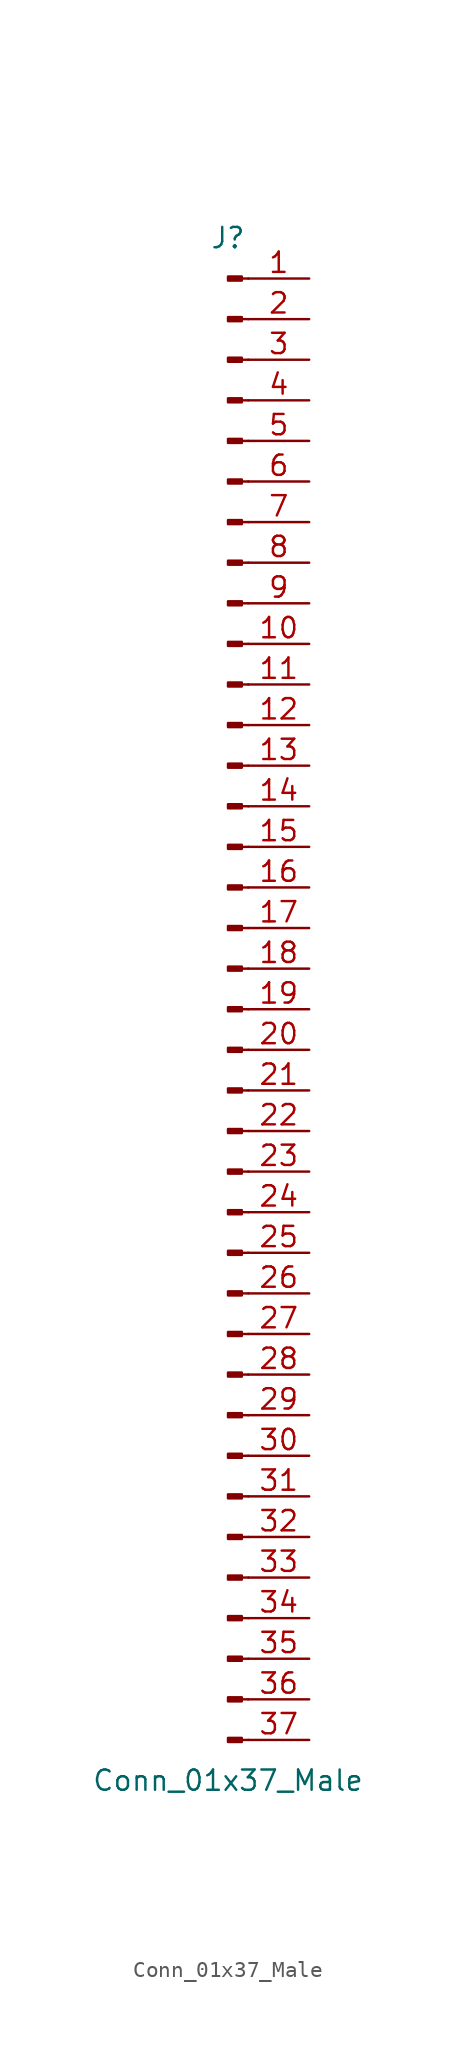
<source format=kicad_sym>
(kicad_symbol_lib
  (version 20220914)
  (generator kicad_symbol_editor)
  (symbol "Conn_01x37_Male"
    (pin_names
      (offset 1.016) hide)
    (property "Reference" "J"
      (at 0 48.26 0)
      (effects (font (size 1.27 1.27))))
    (property "Value" "Conn_01x37_Male"
      (at 0 -48.26 0)
      (effects (font (size 1.27 1.27))))
    (symbol "Conn_01x37_Male_1_1"
      (polyline (pts (xy 1.27 -45.72) (xy 0.864 -45.72)) (stroke (width 0.152) (type default)) (fill (type none)))
      (polyline (pts (xy 1.27 -43.18) (xy 0.864 -43.18)) (stroke (width 0.152) (type default)) (fill (type none)))
      (polyline (pts (xy 1.27 -40.64) (xy 0.864 -40.64)) (stroke (width 0.152) (type default)) (fill (type none)))
      (polyline (pts (xy 1.27 -38.1) (xy 0.864 -38.1)) (stroke (width 0.152) (type default)) (fill (type none)))
      (polyline (pts (xy 1.27 -35.56) (xy 0.864 -35.56)) (stroke (width 0.152) (type default)) (fill (type none)))
      (polyline (pts (xy 1.27 -33.02) (xy 0.864 -33.02)) (stroke (width 0.152) (type default)) (fill (type none)))
      (polyline (pts (xy 1.27 -30.48) (xy 0.864 -30.48)) (stroke (width 0.152) (type default)) (fill (type none)))
      (polyline (pts (xy 1.27 -27.94) (xy 0.864 -27.94)) (stroke (width 0.152) (type default)) (fill (type none)))
      (polyline (pts (xy 1.27 -25.4) (xy 0.864 -25.4)) (stroke (width 0.152) (type default)) (fill (type none)))
      (polyline (pts (xy 1.27 -22.86) (xy 0.864 -22.86)) (stroke (width 0.152) (type default)) (fill (type none)))
      (polyline (pts (xy 1.27 -20.32) (xy 0.864 -20.32)) (stroke (width 0.152) (type default)) (fill (type none)))
      (polyline (pts (xy 1.27 -17.78) (xy 0.864 -17.78)) (stroke (width 0.152) (type default)) (fill (type none)))
      (polyline (pts (xy 1.27 -15.24) (xy 0.864 -15.24)) (stroke (width 0.152) (type default)) (fill (type none)))
      (polyline (pts (xy 1.27 -12.7) (xy 0.864 -12.7)) (stroke (width 0.152) (type default)) (fill (type none)))
      (polyline (pts (xy 1.27 -10.16) (xy 0.864 -10.16)) (stroke (width 0.152) (type default)) (fill (type none)))
      (polyline (pts (xy 1.27 -7.62) (xy 0.864 -7.62)) (stroke (width 0.152) (type default)) (fill (type none)))
      (polyline (pts (xy 1.27 -5.08) (xy 0.864 -5.08)) (stroke (width 0.152) (type default)) (fill (type none)))
      (polyline (pts (xy 1.27 -2.54) (xy 0.864 -2.54)) (stroke (width 0.152) (type default)) (fill (type none)))
      (polyline (pts (xy 1.27 0) (xy 0.864 0)) (stroke (width 0.152) (type default)) (fill (type none)))
      (polyline (pts (xy 1.27 2.54) (xy 0.864 2.54)) (stroke (width 0.152) (type default)) (fill (type none)))
      (polyline (pts (xy 1.27 5.08) (xy 0.864 5.08)) (stroke (width 0.152) (type default)) (fill (type none)))
      (polyline (pts (xy 1.27 7.62) (xy 0.864 7.62)) (stroke (width 0.152) (type default)) (fill (type none)))
      (polyline (pts (xy 1.27 10.16) (xy 0.864 10.16)) (stroke (width 0.152) (type default)) (fill (type none)))
      (polyline (pts (xy 1.27 12.7) (xy 0.864 12.7)) (stroke (width 0.152) (type default)) (fill (type none)))
      (polyline (pts (xy 1.27 15.24) (xy 0.864 15.24)) (stroke (width 0.152) (type default)) (fill (type none)))
      (polyline (pts (xy 1.27 17.78) (xy 0.864 17.78)) (stroke (width 0.152) (type default)) (fill (type none)))
      (polyline (pts (xy 1.27 20.32) (xy 0.864 20.32)) (stroke (width 0.152) (type default)) (fill (type none)))
      (polyline (pts (xy 1.27 22.86) (xy 0.864 22.86)) (stroke (width 0.152) (type default)) (fill (type none)))
      (polyline (pts (xy 1.27 25.4) (xy 0.864 25.4)) (stroke (width 0.152) (type default)) (fill (type none)))
      (polyline (pts (xy 1.27 27.94) (xy 0.864 27.94)) (stroke (width 0.152) (type default)) (fill (type none)))
      (polyline (pts (xy 1.27 30.48) (xy 0.864 30.48)) (stroke (width 0.152) (type default)) (fill (type none)))
      (polyline (pts (xy 1.27 33.02) (xy 0.864 33.02)) (stroke (width 0.152) (type default)) (fill (type none)))
      (polyline (pts (xy 1.27 35.56) (xy 0.864 35.56)) (stroke (width 0.152) (type default)) (fill (type none)))
      (polyline (pts (xy 1.27 38.1) (xy 0.864 38.1)) (stroke (width 0.152) (type default)) (fill (type none)))
      (polyline (pts (xy 1.27 40.64) (xy 0.864 40.64)) (stroke (width 0.152) (type default)) (fill (type none)))
      (polyline (pts (xy 1.27 43.18) (xy 0.864 43.18)) (stroke (width 0.152) (type default)) (fill (type none)))
      (polyline (pts (xy 1.27 45.72) (xy 0.864 45.72)) (stroke (width 0.152) (type default)) (fill (type none)))
      (rectangle (start 0.864 -45.593) (end 0 -45.847) (stroke (width 0.152) (type default)) (fill (type outline)))
      (rectangle (start 0.864 -43.053) (end 0 -43.307) (stroke (width 0.152) (type default)) (fill (type outline)))
      (rectangle (start 0.864 -40.513) (end 0 -40.767) (stroke (width 0.152) (type default)) (fill (type outline)))
      (rectangle (start 0.864 -37.973) (end 0 -38.227) (stroke (width 0.152) (type default)) (fill (type outline)))
      (rectangle (start 0.864 -35.433) (end 0 -35.687) (stroke (width 0.152) (type default)) (fill (type outline)))
      (rectangle (start 0.864 -32.893) (end 0 -33.147) (stroke (width 0.152) (type default)) (fill (type outline)))
      (rectangle (start 0.864 -30.353) (end 0 -30.607) (stroke (width 0.152) (type default)) (fill (type outline)))
      (rectangle (start 0.864 -27.813) (end 0 -28.067) (stroke (width 0.152) (type default)) (fill (type outline)))
      (rectangle (start 0.864 -25.273) (end 0 -25.527) (stroke (width 0.152) (type default)) (fill (type outline)))
      (rectangle (start 0.864 -22.733) (end 0 -22.987) (stroke (width 0.152) (type default)) (fill (type outline)))
      (rectangle (start 0.864 -20.193) (end 0 -20.447) (stroke (width 0.152) (type default)) (fill (type outline)))
      (rectangle (start 0.864 -17.653) (end 0 -17.907) (stroke (width 0.152) (type default)) (fill (type outline)))
      (rectangle (start 0.864 -15.113) (end 0 -15.367) (stroke (width 0.152) (type default)) (fill (type outline)))
      (rectangle (start 0.864 -12.573) (end 0 -12.827) (stroke (width 0.152) (type default)) (fill (type outline)))
      (rectangle (start 0.864 -10.033) (end 0 -10.287) (stroke (width 0.152) (type default)) (fill (type outline)))
      (rectangle (start 0.864 -7.493) (end 0 -7.747) (stroke (width 0.152) (type default)) (fill (type outline)))
      (rectangle (start 0.864 -4.953) (end 0 -5.207) (stroke (width 0.152) (type default)) (fill (type outline)))
      (rectangle (start 0.864 -2.413) (end 0 -2.667) (stroke (width 0.152) (type default)) (fill (type outline)))
      (rectangle (start 0.864 0.127) (end 0 -0.127) (stroke (width 0.152) (type default)) (fill (type outline)))
      (rectangle (start 0.864 2.667) (end 0 2.413) (stroke (width 0.152) (type default)) (fill (type outline)))
      (rectangle (start 0.864 5.207) (end 0 4.953) (stroke (width 0.152) (type default)) (fill (type outline)))
      (rectangle (start 0.864 7.747) (end 0 7.493) (stroke (width 0.152) (type default)) (fill (type outline)))
      (rectangle (start 0.864 10.287) (end 0 10.033) (stroke (width 0.152) (type default)) (fill (type outline)))
      (rectangle (start 0.864 12.827) (end 0 12.573) (stroke (width 0.152) (type default)) (fill (type outline)))
      (rectangle (start 0.864 15.367) (end 0 15.113) (stroke (width 0.152) (type default)) (fill (type outline)))
      (rectangle (start 0.864 17.907) (end 0 17.653) (stroke (width 0.152) (type default)) (fill (type outline)))
      (rectangle (start 0.864 20.447) (end 0 20.193) (stroke (width 0.152) (type default)) (fill (type outline)))
      (rectangle (start 0.864 22.987) (end 0 22.733) (stroke (width 0.152) (type default)) (fill (type outline)))
      (rectangle (start 0.864 25.527) (end 0 25.273) (stroke (width 0.152) (type default)) (fill (type outline)))
      (rectangle (start 0.864 28.067) (end 0 27.813) (stroke (width 0.152) (type default)) (fill (type outline)))
      (rectangle (start 0.864 30.607) (end 0 30.353) (stroke (width 0.152) (type default)) (fill (type outline)))
      (rectangle (start 0.864 33.147) (end 0 32.893) (stroke (width 0.152) (type default)) (fill (type outline)))
      (rectangle (start 0.864 35.687) (end 0 35.433) (stroke (width 0.152) (type default)) (fill (type outline)))
      (rectangle (start 0.864 38.227) (end 0 37.973) (stroke (width 0.152) (type default)) (fill (type outline)))
      (rectangle (start 0.864 40.767) (end 0 40.513) (stroke (width 0.152) (type default)) (fill (type outline)))
      (rectangle (start 0.864 43.307) (end 0 43.053) (stroke (width 0.152) (type default)) (fill (type outline)))
      (rectangle (start 0.864 45.847) (end 0 45.593) (stroke (width 0.152) (type default)) (fill (type outline)))
      (pin passive line (at 5.08 45.72 180) (length 3.81) (name "Pin_1" (effects (font (size 1.27 1.27)))) (number "1" (effects (font (size 1.27 1.27)))))
      (pin passive line (at 5.08 22.86 180) (length 3.81) (name "Pin_10" (effects (font (size 1.27 1.27)))) (number "10" (effects (font (size 1.27 1.27)))))
      (pin passive line (at 5.08 20.32 180) (length 3.81) (name "Pin_11" (effects (font (size 1.27 1.27)))) (number "11" (effects (font (size 1.27 1.27)))))
      (pin passive line (at 5.08 17.78 180) (length 3.81) (name "Pin_12" (effects (font (size 1.27 1.27)))) (number "12" (effects (font (size 1.27 1.27)))))
      (pin passive line (at 5.08 15.24 180) (length 3.81) (name "Pin_13" (effects (font (size 1.27 1.27)))) (number "13" (effects (font (size 1.27 1.27)))))
      (pin passive line (at 5.08 12.7 180) (length 3.81) (name "Pin_14" (effects (font (size 1.27 1.27)))) (number "14" (effects (font (size 1.27 1.27)))))
      (pin passive line (at 5.08 10.16 180) (length 3.81) (name "Pin_15" (effects (font (size 1.27 1.27)))) (number "15" (effects (font (size 1.27 1.27)))))
      (pin passive line (at 5.08 7.62 180) (length 3.81) (name "Pin_16" (effects (font (size 1.27 1.27)))) (number "16" (effects (font (size 1.27 1.27)))))
      (pin passive line (at 5.08 5.08 180) (length 3.81) (name "Pin_17" (effects (font (size 1.27 1.27)))) (number "17" (effects (font (size 1.27 1.27)))))
      (pin passive line (at 5.08 2.54 180) (length 3.81) (name "Pin_18" (effects (font (size 1.27 1.27)))) (number "18" (effects (font (size 1.27 1.27)))))
      (pin passive line (at 5.08 0 180) (length 3.81) (name "Pin_19" (effects (font (size 1.27 1.27)))) (number "19" (effects (font (size 1.27 1.27)))))
      (pin passive line (at 5.08 43.18 180) (length 3.81) (name "Pin_2" (effects (font (size 1.27 1.27)))) (number "2" (effects (font (size 1.27 1.27)))))
      (pin passive line (at 5.08 -2.54 180) (length 3.81) (name "Pin_20" (effects (font (size 1.27 1.27)))) (number "20" (effects (font (size 1.27 1.27)))))
      (pin passive line (at 5.08 -5.08 180) (length 3.81) (name "Pin_21" (effects (font (size 1.27 1.27)))) (number "21" (effects (font (size 1.27 1.27)))))
      (pin passive line (at 5.08 -7.62 180) (length 3.81) (name "Pin_22" (effects (font (size 1.27 1.27)))) (number "22" (effects (font (size 1.27 1.27)))))
      (pin passive line (at 5.08 -10.16 180) (length 3.81) (name "Pin_23" (effects (font (size 1.27 1.27)))) (number "23" (effects (font (size 1.27 1.27)))))
      (pin passive line (at 5.08 -12.7 180) (length 3.81) (name "Pin_24" (effects (font (size 1.27 1.27)))) (number "24" (effects (font (size 1.27 1.27)))))
      (pin passive line (at 5.08 -15.24 180) (length 3.81) (name "Pin_25" (effects (font (size 1.27 1.27)))) (number "25" (effects (font (size 1.27 1.27)))))
      (pin passive line (at 5.08 -17.78 180) (length 3.81) (name "Pin_26" (effects (font (size 1.27 1.27)))) (number "26" (effects (font (size 1.27 1.27)))))
      (pin passive line (at 5.08 -20.32 180) (length 3.81) (name "Pin_27" (effects (font (size 1.27 1.27)))) (number "27" (effects (font (size 1.27 1.27)))))
      (pin passive line (at 5.08 -22.86 180) (length 3.81) (name "Pin_28" (effects (font (size 1.27 1.27)))) (number "28" (effects (font (size 1.27 1.27)))))
      (pin passive line (at 5.08 -25.4 180) (length 3.81) (name "Pin_29" (effects (font (size 1.27 1.27)))) (number "29" (effects (font (size 1.27 1.27)))))
      (pin passive line (at 5.08 40.64 180) (length 3.81) (name "Pin_3" (effects (font (size 1.27 1.27)))) (number "3" (effects (font (size 1.27 1.27)))))
      (pin passive line (at 5.08 -27.94 180) (length 3.81) (name "Pin_30" (effects (font (size 1.27 1.27)))) (number "30" (effects (font (size 1.27 1.27)))))
      (pin passive line (at 5.08 -30.48 180) (length 3.81) (name "Pin_31" (effects (font (size 1.27 1.27)))) (number "31" (effects (font (size 1.27 1.27)))))
      (pin passive line (at 5.08 -33.02 180) (length 3.81) (name "Pin_32" (effects (font (size 1.27 1.27)))) (number "32" (effects (font (size 1.27 1.27)))))
      (pin passive line (at 5.08 -35.56 180) (length 3.81) (name "Pin_33" (effects (font (size 1.27 1.27)))) (number "33" (effects (font (size 1.27 1.27)))))
      (pin passive line (at 5.08 -38.1 180) (length 3.81) (name "Pin_34" (effects (font (size 1.27 1.27)))) (number "34" (effects (font (size 1.27 1.27)))))
      (pin passive line (at 5.08 -40.64 180) (length 3.81) (name "Pin_35" (effects (font (size 1.27 1.27)))) (number "35" (effects (font (size 1.27 1.27)))))
      (pin passive line (at 5.08 -43.18 180) (length 3.81) (name "Pin_36" (effects (font (size 1.27 1.27)))) (number "36" (effects (font (size 1.27 1.27)))))
      (pin passive line (at 5.08 -45.72 180) (length 3.81) (name "Pin_37" (effects (font (size 1.27 1.27)))) (number "37" (effects (font (size 1.27 1.27)))))
      (pin passive line (at 5.08 38.1 180) (length 3.81) (name "Pin_4" (effects (font (size 1.27 1.27)))) (number "4" (effects (font (size 1.27 1.27)))))
      (pin passive line (at 5.08 35.56 180) (length 3.81) (name "Pin_5" (effects (font (size 1.27 1.27)))) (number "5" (effects (font (size 1.27 1.27)))))
      (pin passive line (at 5.08 33.02 180) (length 3.81) (name "Pin_6" (effects (font (size 1.27 1.27)))) (number "6" (effects (font (size 1.27 1.27)))))
      (pin passive line (at 5.08 30.48 180) (length 3.81) (name "Pin_7" (effects (font (size 1.27 1.27)))) (number "7" (effects (font (size 1.27 1.27)))))
      (pin passive line (at 5.08 27.94 180) (length 3.81) (name "Pin_8" (effects (font (size 1.27 1.27)))) (number "8" (effects (font (size 1.27 1.27)))))
      (pin passive line (at 5.08 25.4 180) (length 3.81) (name "Pin_9" (effects (font (size 1.27 1.27)))) (number "9" (effects (font (size 1.27 1.27))))))))
</source>
